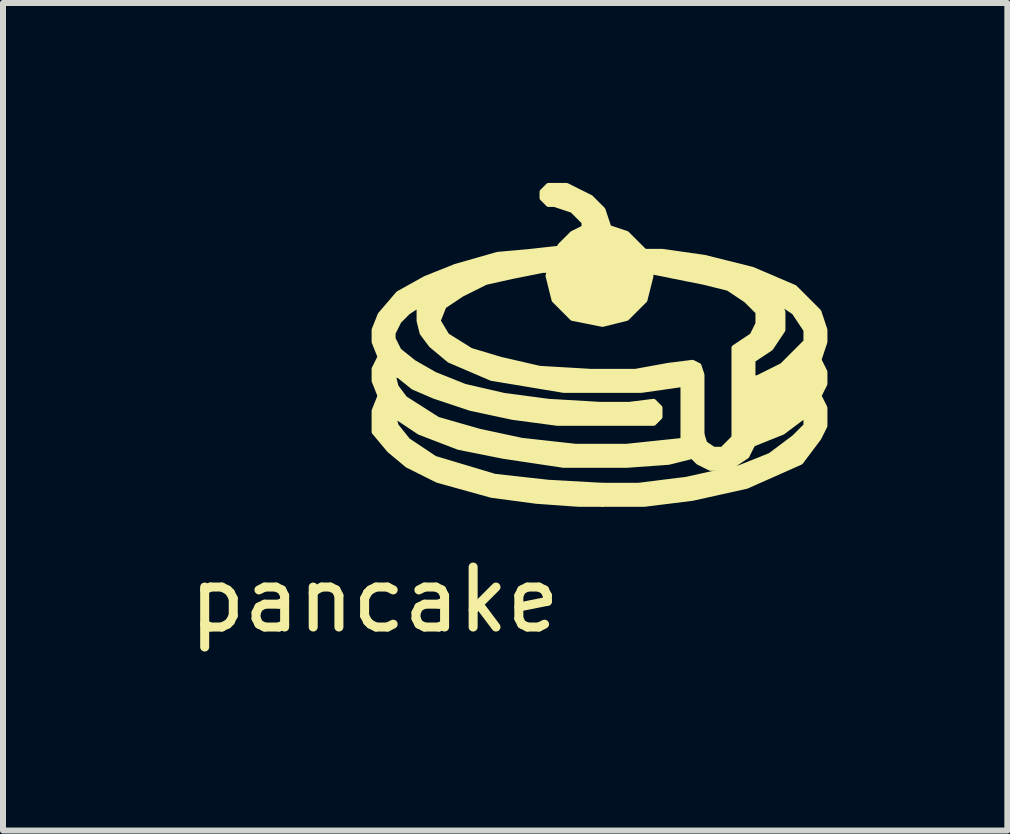
<source format=kicad_pcb>
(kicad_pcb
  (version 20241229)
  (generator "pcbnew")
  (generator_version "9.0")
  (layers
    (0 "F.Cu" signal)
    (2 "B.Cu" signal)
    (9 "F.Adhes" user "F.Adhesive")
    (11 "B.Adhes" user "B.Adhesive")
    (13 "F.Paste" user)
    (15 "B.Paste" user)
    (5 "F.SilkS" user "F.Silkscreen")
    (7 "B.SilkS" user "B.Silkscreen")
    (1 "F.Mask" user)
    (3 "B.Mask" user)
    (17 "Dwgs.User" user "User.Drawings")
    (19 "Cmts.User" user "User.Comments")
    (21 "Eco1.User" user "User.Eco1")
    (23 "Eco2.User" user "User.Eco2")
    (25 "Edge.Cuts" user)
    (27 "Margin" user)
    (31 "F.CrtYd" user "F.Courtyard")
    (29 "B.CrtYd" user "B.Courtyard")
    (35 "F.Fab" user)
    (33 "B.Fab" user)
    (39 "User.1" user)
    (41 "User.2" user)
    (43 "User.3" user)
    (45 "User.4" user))
  (footprint "pancake"
    (layer "F.Cu")
    (at 3.196 6.45)
    (property "Reference" "pancake" (at 0 0.5 0) (layer "F.SilkS") (effects (font (size 1 1) (thickness 0.15))))
    (attr through_hole)
    (fp_poly (pts (xy 3 -4.5) (xy 2.9 -4.9) (xy 3 -5.2) (xy 3.1 -5.4) (xy 3.3 -5.6) (xy 3.5 -5.7) (xy 3.5 -5.8) (xy 3.3 -6) (xy 3 -6.1) (xy 2.9 -6.1) (xy 2.8 -6.2) (xy 2.8 -6.3) (xy 2.9 -6.4) (xy 3.2 -6.4) (xy 3.6 -6.2) (xy 3.8 -6) (xy 3.9 -5.7) (xy 4.2 -5.6) (xy 4.5 -5.3) (xy 4.6 -4.9) (xy 4.5 -4.5) (xy 4.2 -4.2) (xy 3.8 -4.1) (xy 3.3 -4.2)) (stroke (width 0.1) (type solid)) (fill yes) (layer "F.SilkS"))
    (fp_poly (pts (xy 0.35 -3.05) (xy 0.5 -2.85) (xy 1.05 -2.5) (xy 1.75 -2.3) (xy 2.45 -2.15) (xy 3.35 -2.05) (xy 4.2 -2.05) (xy 5.15 -2.15) (xy 5.45 -2.25) (xy 5.5 -2.1) (xy 5.65 -2) (xy 5.8 -2) (xy 6 -2.2) (xy 6.3 -2.1) (xy 6.2 -1.9) (xy 5.9 -1.7) (xy 5.6 -1.7) (xy 5.4 -1.8) (xy 5.3 -1.9) (xy 4.9 -1.8) (xy 4.2 -1.75) (xy 3.15 -1.75) (xy 2.15 -1.9) (xy 1.4 -2.05) (xy 0.75 -2.3) (xy 0.3 -2.6) (xy 0.35 -2.4) (xy 0.55 -2.15) (xy 1 -1.85) (xy 2 -1.55) (xy 2.9 -1.45) (xy 3.8 -1.4) (xy 3.8 -1.1) (xy 3.4 -1.1) (xy 2.7 -1.15) (xy 1.95 -1.25) (xy 1.05 -1.5) (xy 0.55 -1.75) (xy 0.25 -2) (xy 0 -2.3) (xy 0 -2.65) (xy 0.1 -2.9) (xy 0.3 -3.25)) (stroke (width 0.1) (type solid)) (fill yes) (layer "F.SilkS"))
    (fp_poly (pts (xy 6.4 -3.2) (xy 6.8 -3.4) (xy 7.2 -3.8) (xy 7.2 -4) (xy 7 -4.3) (xy 6.7 -4.5) (xy 6.8 -4.3) (xy 6.8 -4) (xy 6.6 -3.7) (xy 6.3 -3.5) (xy 6.3 -3.2) (xy 6 -3.1) (xy 6 -3.7) (xy 6.3 -3.9) (xy 6.4 -4.1) (xy 6.4 -4.3) (xy 6.2 -4.5) (xy 5.9 -4.7) (xy 5.5 -4.8) (xy 4.5 -5) (xy 4.5 -5.3) (xy 4.8 -5.3) (xy 5.5 -5.2) (xy 6.3 -5) (xy 7 -4.7) (xy 7.4 -4.3) (xy 7.5 -4) (xy 7.5 -3.8) (xy 7.4 -3.5) (xy 7.5 -3.3) (xy 7.5 -3.1) (xy 7.4 -2.9) (xy 7.5 -2.7) (xy 7.5 -2.4) (xy 7.4 -2.2) (xy 7.1 -1.8) (xy 6.2 -1.4) (xy 5.3 -1.2) (xy 4.5 -1.1) (xy 3.8 -1.1) (xy 3.8 -1.4) (xy 4.4 -1.4) (xy 5.2 -1.5) (xy 6.1 -1.7) (xy 6.6 -1.9) (xy 7 -2.2) (xy 7.2 -2.4) (xy 7.2 -2.6) (xy 6.8 -2.3) (xy 6.3 -2.1) (xy 6 -2.2) (xy 6 -3.1)) (stroke (width 0.1) (type solid)) (fill yes) (layer "F.SilkS"))
    (fp_poly (pts (xy 3.05 -5) (xy 2.8 -5) (xy 2.3 -4.9) (xy 1.85 -4.8) (xy 1.45 -4.6) (xy 1.15 -4.4) (xy 1.05 -4.15) (xy 1.2 -3.9) (xy 1.6 -3.65) (xy 2.1 -3.5) (xy 2.75 -3.35) (xy 3.6 -3.3) (xy 4.35 -3.3) (xy 4.9 -3.4) (xy 5.3 -3.45) (xy 5.4 -3.4) (xy 5.45 -3.25) (xy 5.45 -2.25) (xy 5.15 -2.15) (xy 5.15 -3.1) (xy 4.45 -3) (xy 3.15 -3) (xy 1.95 -3.2) (xy 1.25 -3.5) (xy 0.95 -3.75) (xy 0.8 -3.95) (xy 0.75 -4.15) (xy 0.75 -4.35) (xy 0.85 -4.5) (xy 0.55 -4.3) (xy 0.4 -4.15) (xy 0.3 -3.95) (xy 0.3 -3.85) (xy 0.4 -3.65) (xy 0.65 -3.45) (xy 1 -3.25) (xy 1.5 -3.05) (xy 2.15 -2.9) (xy 2.9 -2.8) (xy 3.75 -2.75) (xy 4.25 -2.75) (xy 4.65 -2.8) (xy 4.75 -2.7) (xy 4.75 -2.55) (xy 4.65 -2.45) (xy 3.05 -2.45) (xy 2.3 -2.55) (xy 1.6 -2.7) (xy 1 -2.9) (xy 0.65 -3.05) (xy 0.4 -3.25) (xy 0.3 -3.25) (xy 0.1 -2.9) (xy 0 -3.15) (xy 0 -3.35) (xy 0.1 -3.55) (xy 0 -3.8) (xy 0 -4) (xy 0.1 -4.25) (xy 0.4 -4.6) (xy 0.85 -4.85) (xy 1.35 -5.05) (xy 2.05 -5.25) (xy 2.6 -5.3) (xy 3.05 -5.35)) (stroke (width 0.1) (type solid)) (fill yes) (layer "F.SilkS")))
  (gr_rect
    (start -3 -3)
    (end 13.746 10.798)
    (stroke (width 0.1) (type default))
    (fill no)
    (layer "Edge.Cuts")))
</source>
